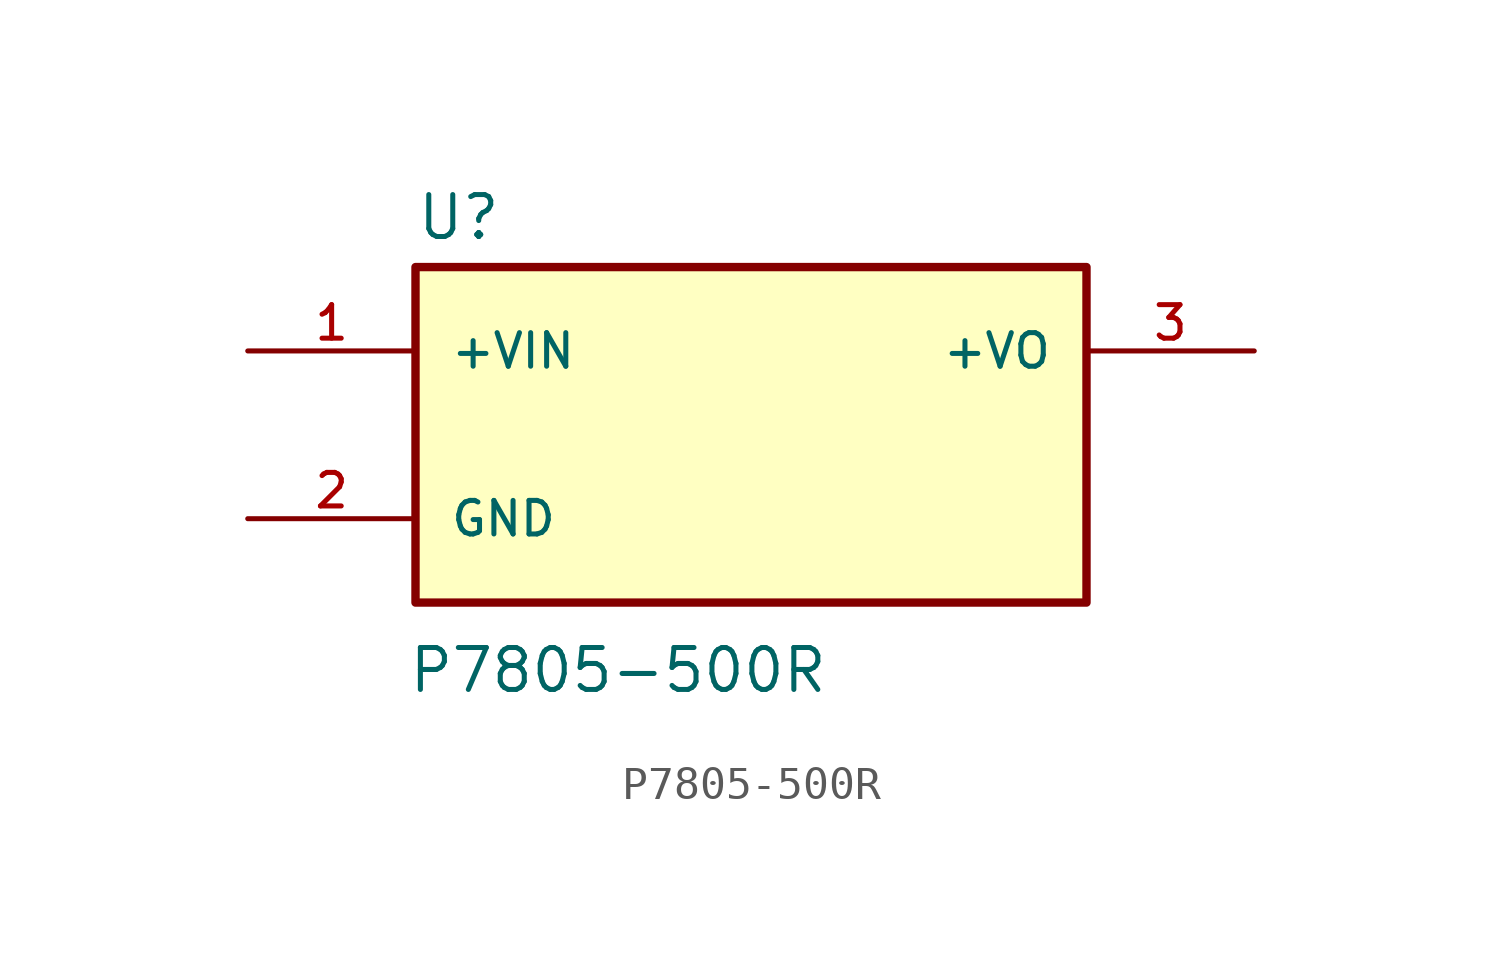
<source format=kicad_sym>
(kicad_symbol_lib
  (version 20211014)
  (generator kicad_symbol_editor)
  (symbol "P7805-500R"
    (pin_names
      (offset 1.016))
    (property "Reference" "U"
      (at -10.16 5.842 0)
      (effects (font (size 1.27 1.27)) (justify bottom left)))
    (property "Value" "P7805-500R"
      (at -10.414 -7.874 0)
      (effects (font (size 1.27 1.27)) (justify bottom left)))
    (symbol "P7805-500R_0_0"
      (rectangle (start -10.16 -5.08) (end 10.16 5.08) (stroke (width 0.254)) (fill (type background)))
      (pin power_in line (at -15.24 -2.54 0) (length 5.08) (name "GND" (effects (font (size 1.016 1.016)))) (number "2" (effects (font (size 1.016 1.016)))))
      (pin input line (at -15.24 2.54 0) (length 5.08) (name "+VIN" (effects (font (size 1.016 1.016)))) (number "1" (effects (font (size 1.016 1.016)))))
      (pin output line (at 15.24 2.54 180.0) (length 5.08) (name "+VO" (effects (font (size 1.016 1.016)))) (number "3" (effects (font (size 1.016 1.016))))))))
</source>
